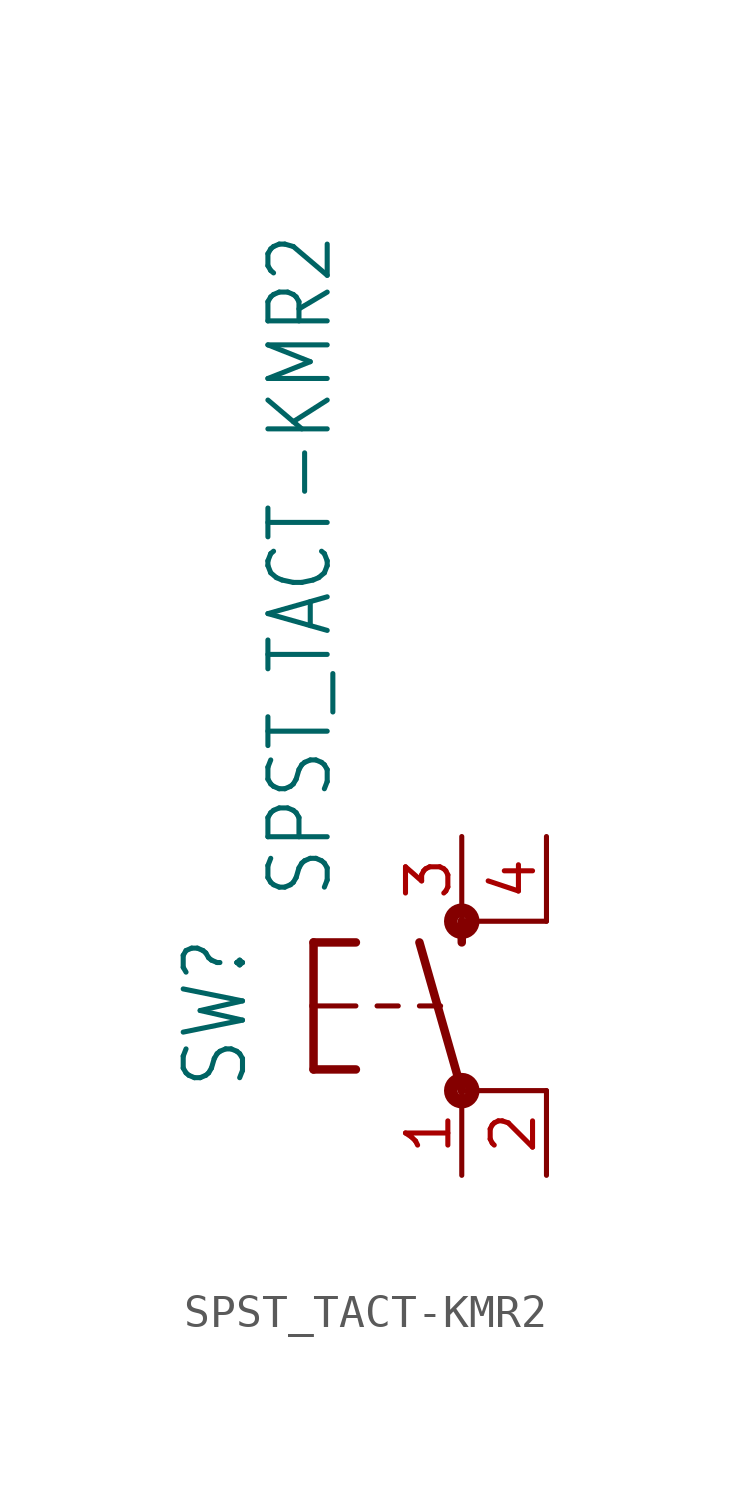
<source format=kicad_sym>
(kicad_symbol_lib
  (version 20211014)
  (generator kicad_symbol_editor)
  (symbol "SPST_TACT-KMR2"
    (property "Reference" "SW"
      (at -6.35 -2.54 90)
      (effects (font (size 1.778 1.511)) (justify left bottom)))
    (property "Value" "SPST_TACT-KMR2"
      (at -3.81 3.175 90)
      (effects (font (size 1.778 1.511)) (justify left bottom)))
    (property "ki_locked" ""
      (at 0 0 0)
      (effects (font (size 1.27 1.27))))
    (symbol "SPST_TACT-KMR2_1_0"
      (circle (center 0 -2.54) (radius 0.127) (stroke (width 0.406) (type default) (color 0 0 0 0)) (fill (type none)))
      (polyline (pts (xy -4.445 -1.905) (xy -3.175 -1.905)) (stroke (width 0.254) (type default) (color 0 0 0 0)) (fill (type none)))
      (polyline (pts (xy -4.445 0) (xy -4.445 -1.905)) (stroke (width 0.254) (type default) (color 0 0 0 0)) (fill (type none)))
      (polyline (pts (xy -4.445 0) (xy -3.175 0)) (stroke (width 0.152) (type default) (color 0 0 0 0)) (fill (type none)))
      (polyline (pts (xy -4.445 1.905) (xy -4.445 0)) (stroke (width 0.254) (type default) (color 0 0 0 0)) (fill (type none)))
      (polyline (pts (xy -4.445 1.905) (xy -3.175 1.905)) (stroke (width 0.254) (type default) (color 0 0 0 0)) (fill (type none)))
      (polyline (pts (xy -2.54 0) (xy -1.905 0)) (stroke (width 0.152) (type default) (color 0 0 0 0)) (fill (type none)))
      (polyline (pts (xy -1.27 0) (xy -0.635 0)) (stroke (width 0.152) (type default) (color 0 0 0 0)) (fill (type none)))
      (polyline (pts (xy 0 -2.54) (xy -1.27 1.905)) (stroke (width 0.254) (type default) (color 0 0 0 0)) (fill (type none)))
      (polyline (pts (xy 0 1.905) (xy 0 2.54)) (stroke (width 0.254) (type default) (color 0 0 0 0)) (fill (type none)))
      (polyline (pts (xy 2.54 -2.54) (xy 0 -2.54)) (stroke (width 0.152) (type default) (color 0 0 0 0)) (fill (type none)))
      (polyline (pts (xy 2.54 2.54) (xy 0 2.54)) (stroke (width 0.152) (type default) (color 0 0 0 0)) (fill (type none)))
      (circle (center 0 2.54) (radius 0.127) (stroke (width 0.406) (type default) (color 0 0 0 0)) (fill (type none)))
      (pin passive line (at 0 -5.08 90) (length 2.54) (name "P" (effects (font (size 0 0)))) (number "1" (effects (font (size 1.27 1.27)))))
      (pin passive line (at 2.54 -5.08 90) (length 2.54) (name "P1" (effects (font (size 0 0)))) (number "2" (effects (font (size 1.27 1.27)))))
      (pin passive line (at 0 5.08 270) (length 2.54) (name "S" (effects (font (size 0 0)))) (number "3" (effects (font (size 1.27 1.27)))))
      (pin passive line (at 2.54 5.08 270) (length 2.54) (name "S1" (effects (font (size 0 0)))) (number "4" (effects (font (size 1.27 1.27))))))))
</source>
